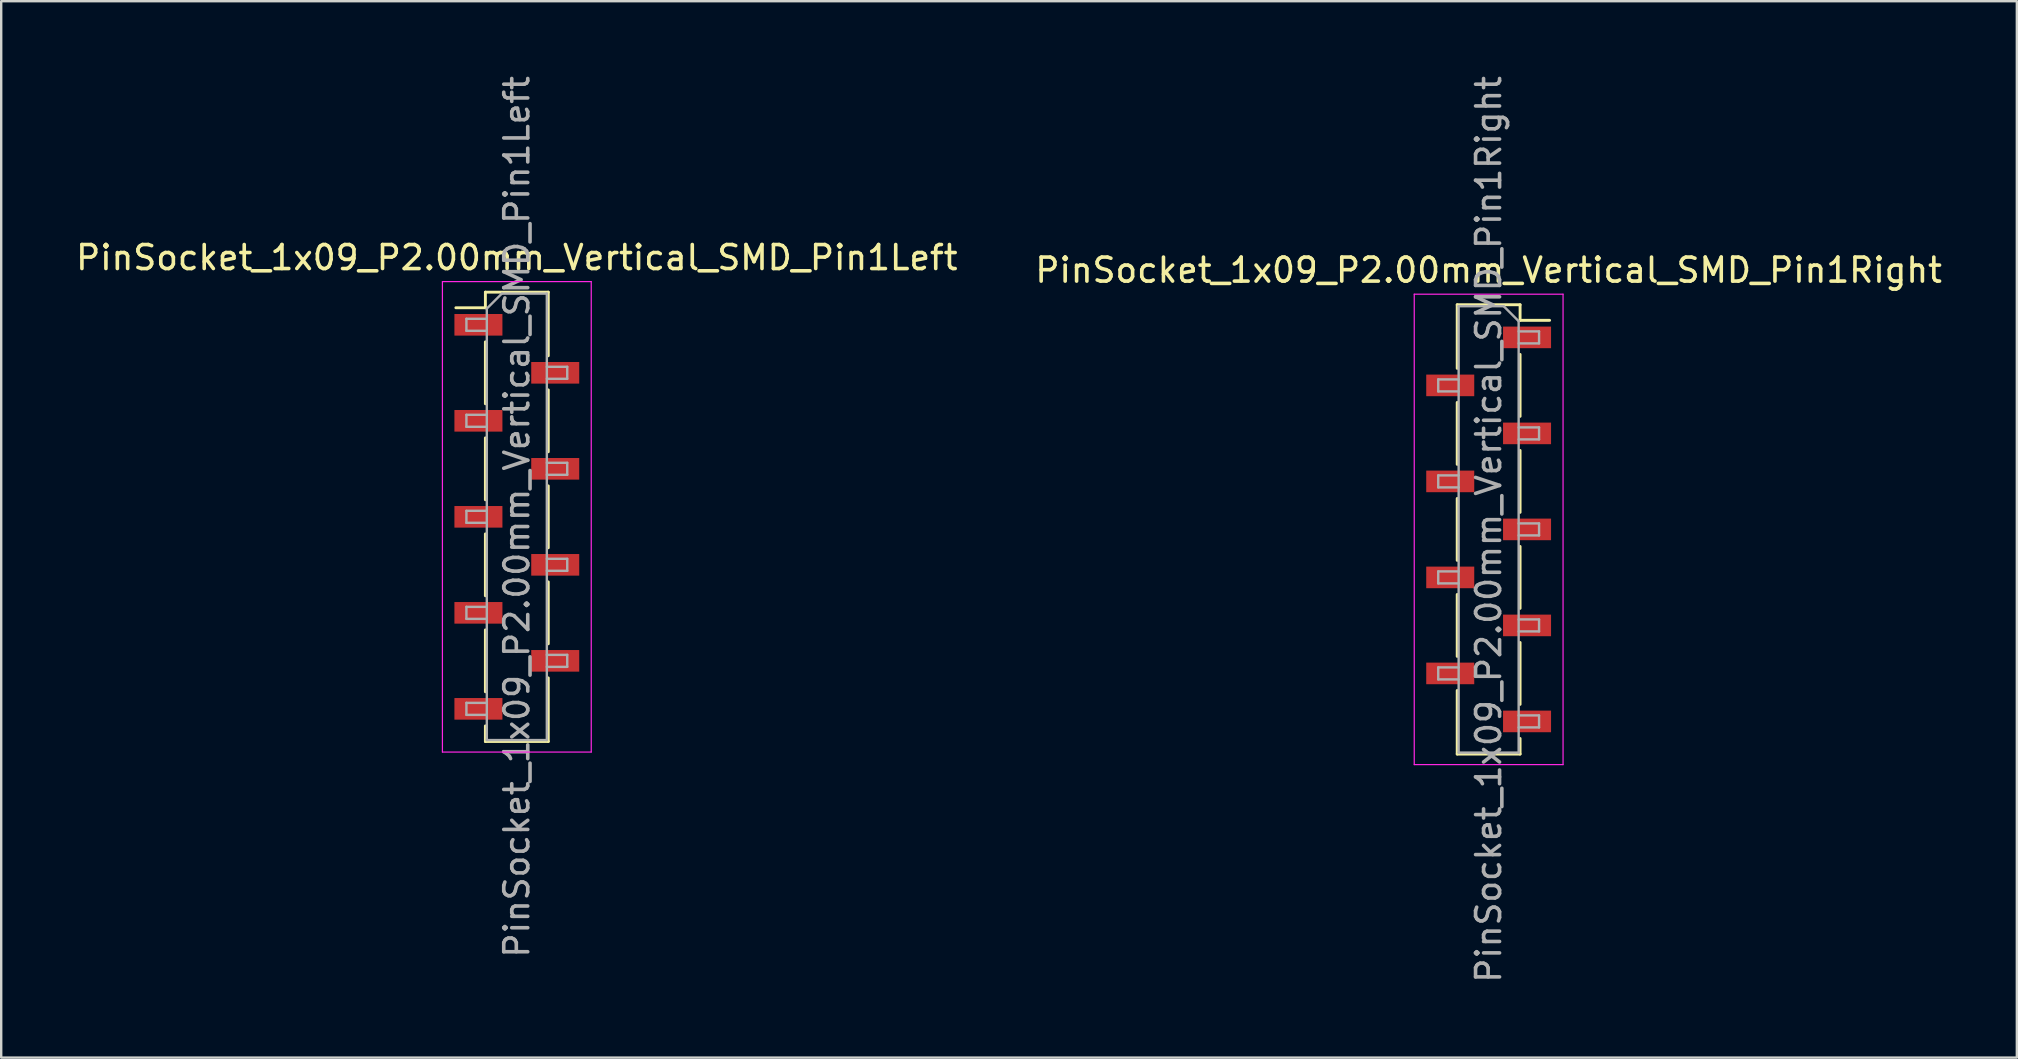
<source format=kicad_pcb>
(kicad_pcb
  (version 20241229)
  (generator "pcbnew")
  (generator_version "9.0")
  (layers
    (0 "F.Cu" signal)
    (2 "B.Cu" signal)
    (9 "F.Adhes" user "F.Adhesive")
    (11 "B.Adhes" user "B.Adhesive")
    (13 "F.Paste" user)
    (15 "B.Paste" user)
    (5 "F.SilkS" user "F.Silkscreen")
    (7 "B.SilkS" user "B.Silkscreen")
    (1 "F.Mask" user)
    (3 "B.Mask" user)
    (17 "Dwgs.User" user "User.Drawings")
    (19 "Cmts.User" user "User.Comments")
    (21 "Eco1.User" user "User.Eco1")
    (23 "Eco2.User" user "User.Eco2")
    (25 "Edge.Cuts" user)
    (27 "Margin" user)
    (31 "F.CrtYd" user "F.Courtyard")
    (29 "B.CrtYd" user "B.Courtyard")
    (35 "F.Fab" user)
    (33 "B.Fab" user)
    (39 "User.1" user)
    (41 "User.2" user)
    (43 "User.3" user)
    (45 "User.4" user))
  (footprint "PinSocket_1x09_P2.00mm_Vertical_SMD_Pin1Left"
    (layer "F.Cu")
    (at 18.482 18.482)
    (property "Reference" "PinSocket_1x09_P2.00mm_Vertical_SMD_Pin1Left" (at 0 -10.8 0) (layer "F.SilkS") (effects (font (size 1 1) (thickness 0.15))))
    (attr smd)
    (fp_line (start -2.54 -8.71) (end -1.31 -8.71) (stroke (width 0.12) (type solid)) (layer "F.SilkS"))
    (fp_line (start -1.31 -9.36) (end -1.31 -8.71) (stroke (width 0.12) (type solid)) (layer "F.SilkS"))
    (fp_line (start -1.31 -9.36) (end 1.31 -9.36) (stroke (width 0.12) (type solid)) (layer "F.SilkS"))
    (fp_line (start -1.31 -7.29) (end -1.31 -4.71) (stroke (width 0.12) (type solid)) (layer "F.SilkS"))
    (fp_line (start -1.31 -3.29) (end -1.31 -0.71) (stroke (width 0.12) (type solid)) (layer "F.SilkS"))
    (fp_line (start -1.31 0.71) (end -1.31 3.29) (stroke (width 0.12) (type solid)) (layer "F.SilkS"))
    (fp_line (start -1.31 4.71) (end -1.31 7.29) (stroke (width 0.12) (type solid)) (layer "F.SilkS"))
    (fp_line (start -1.31 8.71) (end -1.31 9.36) (stroke (width 0.12) (type solid)) (layer "F.SilkS"))
    (fp_line (start -1.31 9.36) (end 1.31 9.36) (stroke (width 0.12) (type solid)) (layer "F.SilkS"))
    (fp_line (start 1.31 -9.36) (end 1.31 -6.71) (stroke (width 0.12) (type solid)) (layer "F.SilkS"))
    (fp_line (start 1.31 -5.29) (end 1.31 -2.71) (stroke (width 0.12) (type solid)) (layer "F.SilkS"))
    (fp_line (start 1.31 -1.29) (end 1.31 1.29) (stroke (width 0.12) (type solid)) (layer "F.SilkS"))
    (fp_line (start 1.31 2.71) (end 1.31 5.29) (stroke (width 0.12) (type solid)) (layer "F.SilkS"))
    (fp_line (start 1.31 6.71) (end 1.31 9.36) (stroke (width 0.12) (type solid)) (layer "F.SilkS"))
    (fp_line (start -3.1 -9.8) (end 3.1 -9.8) (stroke (width 0.05) (type solid)) (layer "F.CrtYd"))
    (fp_line (start -3.1 9.8) (end -3.1 -9.8) (stroke (width 0.05) (type solid)) (layer "F.CrtYd"))
    (fp_line (start 3.1 -9.8) (end 3.1 9.8) (stroke (width 0.05) (type solid)) (layer "F.CrtYd"))
    (fp_line (start 3.1 9.8) (end -3.1 9.8) (stroke (width 0.05) (type solid)) (layer "F.CrtYd"))
    (fp_line (start -2.1 -8.25) (end -1.25 -8.25) (stroke (width 0.1) (type solid)) (layer "F.Fab"))
    (fp_line (start -2.1 -7.75) (end -2.1 -8.25) (stroke (width 0.1) (type solid)) (layer "F.Fab"))
    (fp_line (start -2.1 -4.25) (end -1.25 -4.25) (stroke (width 0.1) (type solid)) (layer "F.Fab"))
    (fp_line (start -2.1 -3.75) (end -2.1 -4.25) (stroke (width 0.1) (type solid)) (layer "F.Fab"))
    (fp_line (start -2.1 -0.25) (end -1.25 -0.25) (stroke (width 0.1) (type solid)) (layer "F.Fab"))
    (fp_line (start -2.1 0.25) (end -2.1 -0.25) (stroke (width 0.1) (type solid)) (layer "F.Fab"))
    (fp_line (start -2.1 3.75) (end -1.25 3.75) (stroke (width 0.1) (type solid)) (layer "F.Fab"))
    (fp_line (start -2.1 4.25) (end -2.1 3.75) (stroke (width 0.1) (type solid)) (layer "F.Fab"))
    (fp_line (start -2.1 7.75) (end -1.25 7.75) (stroke (width 0.1) (type solid)) (layer "F.Fab"))
    (fp_line (start -2.1 8.25) (end -2.1 7.75) (stroke (width 0.1) (type solid)) (layer "F.Fab"))
    (fp_line (start -1.25 -8.675) (end -0.625 -9.3) (stroke (width 0.1) (type solid)) (layer "F.Fab"))
    (fp_line (start -1.25 -7.75) (end -2.1 -7.75) (stroke (width 0.1) (type solid)) (layer "F.Fab"))
    (fp_line (start -1.25 -3.75) (end -2.1 -3.75) (stroke (width 0.1) (type solid)) (layer "F.Fab"))
    (fp_line (start -1.25 0.25) (end -2.1 0.25) (stroke (width 0.1) (type solid)) (layer "F.Fab"))
    (fp_line (start -1.25 4.25) (end -2.1 4.25) (stroke (width 0.1) (type solid)) (layer "F.Fab"))
    (fp_line (start -1.25 8.25) (end -2.1 8.25) (stroke (width 0.1) (type solid)) (layer "F.Fab"))
    (fp_line (start -1.25 9.3) (end -1.25 -8.675) (stroke (width 0.1) (type solid)) (layer "F.Fab"))
    (fp_line (start -0.625 -9.3) (end 1.25 -9.3) (stroke (width 0.1) (type solid)) (layer "F.Fab"))
    (fp_line (start 1.25 -9.3) (end 1.25 9.3) (stroke (width 0.1) (type solid)) (layer "F.Fab"))
    (fp_line (start 1.25 -6.25) (end 2.1 -6.25) (stroke (width 0.1) (type solid)) (layer "F.Fab"))
    (fp_line (start 1.25 -2.25) (end 2.1 -2.25) (stroke (width 0.1) (type solid)) (layer "F.Fab"))
    (fp_line (start 1.25 1.75) (end 2.1 1.75) (stroke (width 0.1) (type solid)) (layer "F.Fab"))
    (fp_line (start 1.25 5.75) (end 2.1 5.75) (stroke (width 0.1) (type solid)) (layer "F.Fab"))
    (fp_line (start 1.25 9.3) (end -1.25 9.3) (stroke (width 0.1) (type solid)) (layer "F.Fab"))
    (fp_line (start 2.1 -6.25) (end 2.1 -5.75) (stroke (width 0.1) (type solid)) (layer "F.Fab"))
    (fp_line (start 2.1 -5.75) (end 1.25 -5.75) (stroke (width 0.1) (type solid)) (layer "F.Fab"))
    (fp_line (start 2.1 -2.25) (end 2.1 -1.75) (stroke (width 0.1) (type solid)) (layer "F.Fab"))
    (fp_line (start 2.1 -1.75) (end 1.25 -1.75) (stroke (width 0.1) (type solid)) (layer "F.Fab"))
    (fp_line (start 2.1 1.75) (end 2.1 2.25) (stroke (width 0.1) (type solid)) (layer "F.Fab"))
    (fp_line (start 2.1 2.25) (end 1.25 2.25) (stroke (width 0.1) (type solid)) (layer "F.Fab"))
    (fp_line (start 2.1 5.75) (end 2.1 6.25) (stroke (width 0.1) (type solid)) (layer "F.Fab"))
    (fp_line (start 2.1 6.25) (end 1.25 6.25) (stroke (width 0.1) (type solid)) (layer "F.Fab"))
    (fp_text user "${REFERENCE}" (at 0 0 90) (layer "F.Fab") (effects (font (size 1 1) (thickness 0.15))))
    (pad "1" smd rect (at -1.6 -8) (size 2 0.9) (layers "F.Cu" "F.Mask" "F.Paste"))
    (pad "2" smd rect (at 1.6 -6) (size 2 0.9) (layers "F.Cu" "F.Mask" "F.Paste"))
    (pad "3" smd rect (at -1.6 -4) (size 2 0.9) (layers "F.Cu" "F.Mask" "F.Paste"))
    (pad "4" smd rect (at 1.6 -2) (size 2 0.9) (layers "F.Cu" "F.Mask" "F.Paste"))
    (pad "5" smd rect (at -1.6 0) (size 2 0.9) (layers "F.Cu" "F.Mask" "F.Paste"))
    (pad "6" smd rect (at 1.6 2) (size 2 0.9) (layers "F.Cu" "F.Mask" "F.Paste"))
    (pad "7" smd rect (at -1.6 4) (size 2 0.9) (layers "F.Cu" "F.Mask" "F.Paste"))
    (pad "8" smd rect (at 1.6 6) (size 2 0.9) (layers "F.Cu" "F.Mask" "F.Paste"))
    (pad "9" smd rect (at -1.6 8) (size 2 0.9) (layers "F.Cu" "F.Mask" "F.Paste")))
  (footprint "PinSocket_1x09_P2.00mm_Vertical_SMD_Pin1Right"
    (layer "F.Cu")
    (at 58.97 19.006)
    (property "Reference" "PinSocket_1x09_P2.00mm_Vertical_SMD_Pin1Right" (at 0 -10.8 0) (layer "F.SilkS") (effects (font (size 1 1) (thickness 0.15))))
    (attr smd)
    (fp_line (start -1.31 -9.36) (end -1.31 -6.71) (stroke (width 0.12) (type solid)) (layer "F.SilkS"))
    (fp_line (start -1.31 -9.36) (end 1.31 -9.36) (stroke (width 0.12) (type solid)) (layer "F.SilkS"))
    (fp_line (start -1.31 -5.29) (end -1.31 -2.71) (stroke (width 0.12) (type solid)) (layer "F.SilkS"))
    (fp_line (start -1.31 -1.29) (end -1.31 1.29) (stroke (width 0.12) (type solid)) (layer "F.SilkS"))
    (fp_line (start -1.31 2.71) (end -1.31 5.29) (stroke (width 0.12) (type solid)) (layer "F.SilkS"))
    (fp_line (start -1.31 6.71) (end -1.31 9.36) (stroke (width 0.12) (type solid)) (layer "F.SilkS"))
    (fp_line (start -1.31 9.36) (end 1.31 9.36) (stroke (width 0.12) (type solid)) (layer "F.SilkS"))
    (fp_line (start 1.31 -9.36) (end 1.31 -8.71) (stroke (width 0.12) (type solid)) (layer "F.SilkS"))
    (fp_line (start 1.31 -8.71) (end 2.54 -8.71) (stroke (width 0.12) (type solid)) (layer "F.SilkS"))
    (fp_line (start 1.31 -7.29) (end 1.31 -4.71) (stroke (width 0.12) (type solid)) (layer "F.SilkS"))
    (fp_line (start 1.31 -3.29) (end 1.31 -0.71) (stroke (width 0.12) (type solid)) (layer "F.SilkS"))
    (fp_line (start 1.31 0.71) (end 1.31 3.29) (stroke (width 0.12) (type solid)) (layer "F.SilkS"))
    (fp_line (start 1.31 4.71) (end 1.31 7.29) (stroke (width 0.12) (type solid)) (layer "F.SilkS"))
    (fp_line (start 1.31 8.71) (end 1.31 9.36) (stroke (width 0.12) (type solid)) (layer "F.SilkS"))
    (fp_line (start -3.1 -9.8) (end 3.1 -9.8) (stroke (width 0.05) (type solid)) (layer "F.CrtYd"))
    (fp_line (start -3.1 9.8) (end -3.1 -9.8) (stroke (width 0.05) (type solid)) (layer "F.CrtYd"))
    (fp_line (start 3.1 -9.8) (end 3.1 9.8) (stroke (width 0.05) (type solid)) (layer "F.CrtYd"))
    (fp_line (start 3.1 9.8) (end -3.1 9.8) (stroke (width 0.05) (type solid)) (layer "F.CrtYd"))
    (fp_line (start -2.1 -6.25) (end -1.25 -6.25) (stroke (width 0.1) (type solid)) (layer "F.Fab"))
    (fp_line (start -2.1 -5.75) (end -2.1 -6.25) (stroke (width 0.1) (type solid)) (layer "F.Fab"))
    (fp_line (start -2.1 -2.25) (end -1.25 -2.25) (stroke (width 0.1) (type solid)) (layer "F.Fab"))
    (fp_line (start -2.1 -1.75) (end -2.1 -2.25) (stroke (width 0.1) (type solid)) (layer "F.Fab"))
    (fp_line (start -2.1 1.75) (end -1.25 1.75) (stroke (width 0.1) (type solid)) (layer "F.Fab"))
    (fp_line (start -2.1 2.25) (end -2.1 1.75) (stroke (width 0.1) (type solid)) (layer "F.Fab"))
    (fp_line (start -2.1 5.75) (end -1.25 5.75) (stroke (width 0.1) (type solid)) (layer "F.Fab"))
    (fp_line (start -2.1 6.25) (end -2.1 5.75) (stroke (width 0.1) (type solid)) (layer "F.Fab"))
    (fp_line (start -1.25 -9.3) (end 0.625 -9.3) (stroke (width 0.1) (type solid)) (layer "F.Fab"))
    (fp_line (start -1.25 -5.75) (end -2.1 -5.75) (stroke (width 0.1) (type solid)) (layer "F.Fab"))
    (fp_line (start -1.25 -1.75) (end -2.1 -1.75) (stroke (width 0.1) (type solid)) (layer "F.Fab"))
    (fp_line (start -1.25 2.25) (end -2.1 2.25) (stroke (width 0.1) (type solid)) (layer "F.Fab"))
    (fp_line (start -1.25 6.25) (end -2.1 6.25) (stroke (width 0.1) (type solid)) (layer "F.Fab"))
    (fp_line (start -1.25 9.3) (end -1.25 -9.3) (stroke (width 0.1) (type solid)) (layer "F.Fab"))
    (fp_line (start 0.625 -9.3) (end 1.25 -8.675) (stroke (width 0.1) (type solid)) (layer "F.Fab"))
    (fp_line (start 1.25 -8.675) (end 1.25 9.3) (stroke (width 0.1) (type solid)) (layer "F.Fab"))
    (fp_line (start 1.25 -8.25) (end 2.1 -8.25) (stroke (width 0.1) (type solid)) (layer "F.Fab"))
    (fp_line (start 1.25 -4.25) (end 2.1 -4.25) (stroke (width 0.1) (type solid)) (layer "F.Fab"))
    (fp_line (start 1.25 -0.25) (end 2.1 -0.25) (stroke (width 0.1) (type solid)) (layer "F.Fab"))
    (fp_line (start 1.25 3.75) (end 2.1 3.75) (stroke (width 0.1) (type solid)) (layer "F.Fab"))
    (fp_line (start 1.25 7.75) (end 2.1 7.75) (stroke (width 0.1) (type solid)) (layer "F.Fab"))
    (fp_line (start 1.25 9.3) (end -1.25 9.3) (stroke (width 0.1) (type solid)) (layer "F.Fab"))
    (fp_line (start 2.1 -8.25) (end 2.1 -7.75) (stroke (width 0.1) (type solid)) (layer "F.Fab"))
    (fp_line (start 2.1 -7.75) (end 1.25 -7.75) (stroke (width 0.1) (type solid)) (layer "F.Fab"))
    (fp_line (start 2.1 -4.25) (end 2.1 -3.75) (stroke (width 0.1) (type solid)) (layer "F.Fab"))
    (fp_line (start 2.1 -3.75) (end 1.25 -3.75) (stroke (width 0.1) (type solid)) (layer "F.Fab"))
    (fp_line (start 2.1 -0.25) (end 2.1 0.25) (stroke (width 0.1) (type solid)) (layer "F.Fab"))
    (fp_line (start 2.1 0.25) (end 1.25 0.25) (stroke (width 0.1) (type solid)) (layer "F.Fab"))
    (fp_line (start 2.1 3.75) (end 2.1 4.25) (stroke (width 0.1) (type solid)) (layer "F.Fab"))
    (fp_line (start 2.1 4.25) (end 1.25 4.25) (stroke (width 0.1) (type solid)) (layer "F.Fab"))
    (fp_line (start 2.1 7.75) (end 2.1 8.25) (stroke (width 0.1) (type solid)) (layer "F.Fab"))
    (fp_line (start 2.1 8.25) (end 1.25 8.25) (stroke (width 0.1) (type solid)) (layer "F.Fab"))
    (fp_text user "${REFERENCE}" (at 0 0 90) (layer "F.Fab") (effects (font (size 1 1) (thickness 0.15))))
    (pad "1" smd rect (at 1.6 -8) (size 2 0.9) (layers "F.Cu" "F.Mask" "F.Paste"))
    (pad "2" smd rect (at -1.6 -6) (size 2 0.9) (layers "F.Cu" "F.Mask" "F.Paste"))
    (pad "3" smd rect (at 1.6 -4) (size 2 0.9) (layers "F.Cu" "F.Mask" "F.Paste"))
    (pad "4" smd rect (at -1.6 -2) (size 2 0.9) (layers "F.Cu" "F.Mask" "F.Paste"))
    (pad "5" smd rect (at 1.6 0) (size 2 0.9) (layers "F.Cu" "F.Mask" "F.Paste"))
    (pad "6" smd rect (at -1.6 2) (size 2 0.9) (layers "F.Cu" "F.Mask" "F.Paste"))
    (pad "7" smd rect (at 1.6 4) (size 2 0.9) (layers "F.Cu" "F.Mask" "F.Paste"))
    (pad "8" smd rect (at -1.6 6) (size 2 0.9) (layers "F.Cu" "F.Mask" "F.Paste"))
    (pad "9" smd rect (at 1.6 8) (size 2 0.9) (layers "F.Cu" "F.Mask" "F.Paste")))
  (gr_rect
    (start -3 -3)
    (end 80.976 41.012)
    (stroke (width 0.1) (type default))
    (fill no)
    (layer "Edge.Cuts")))
</source>
